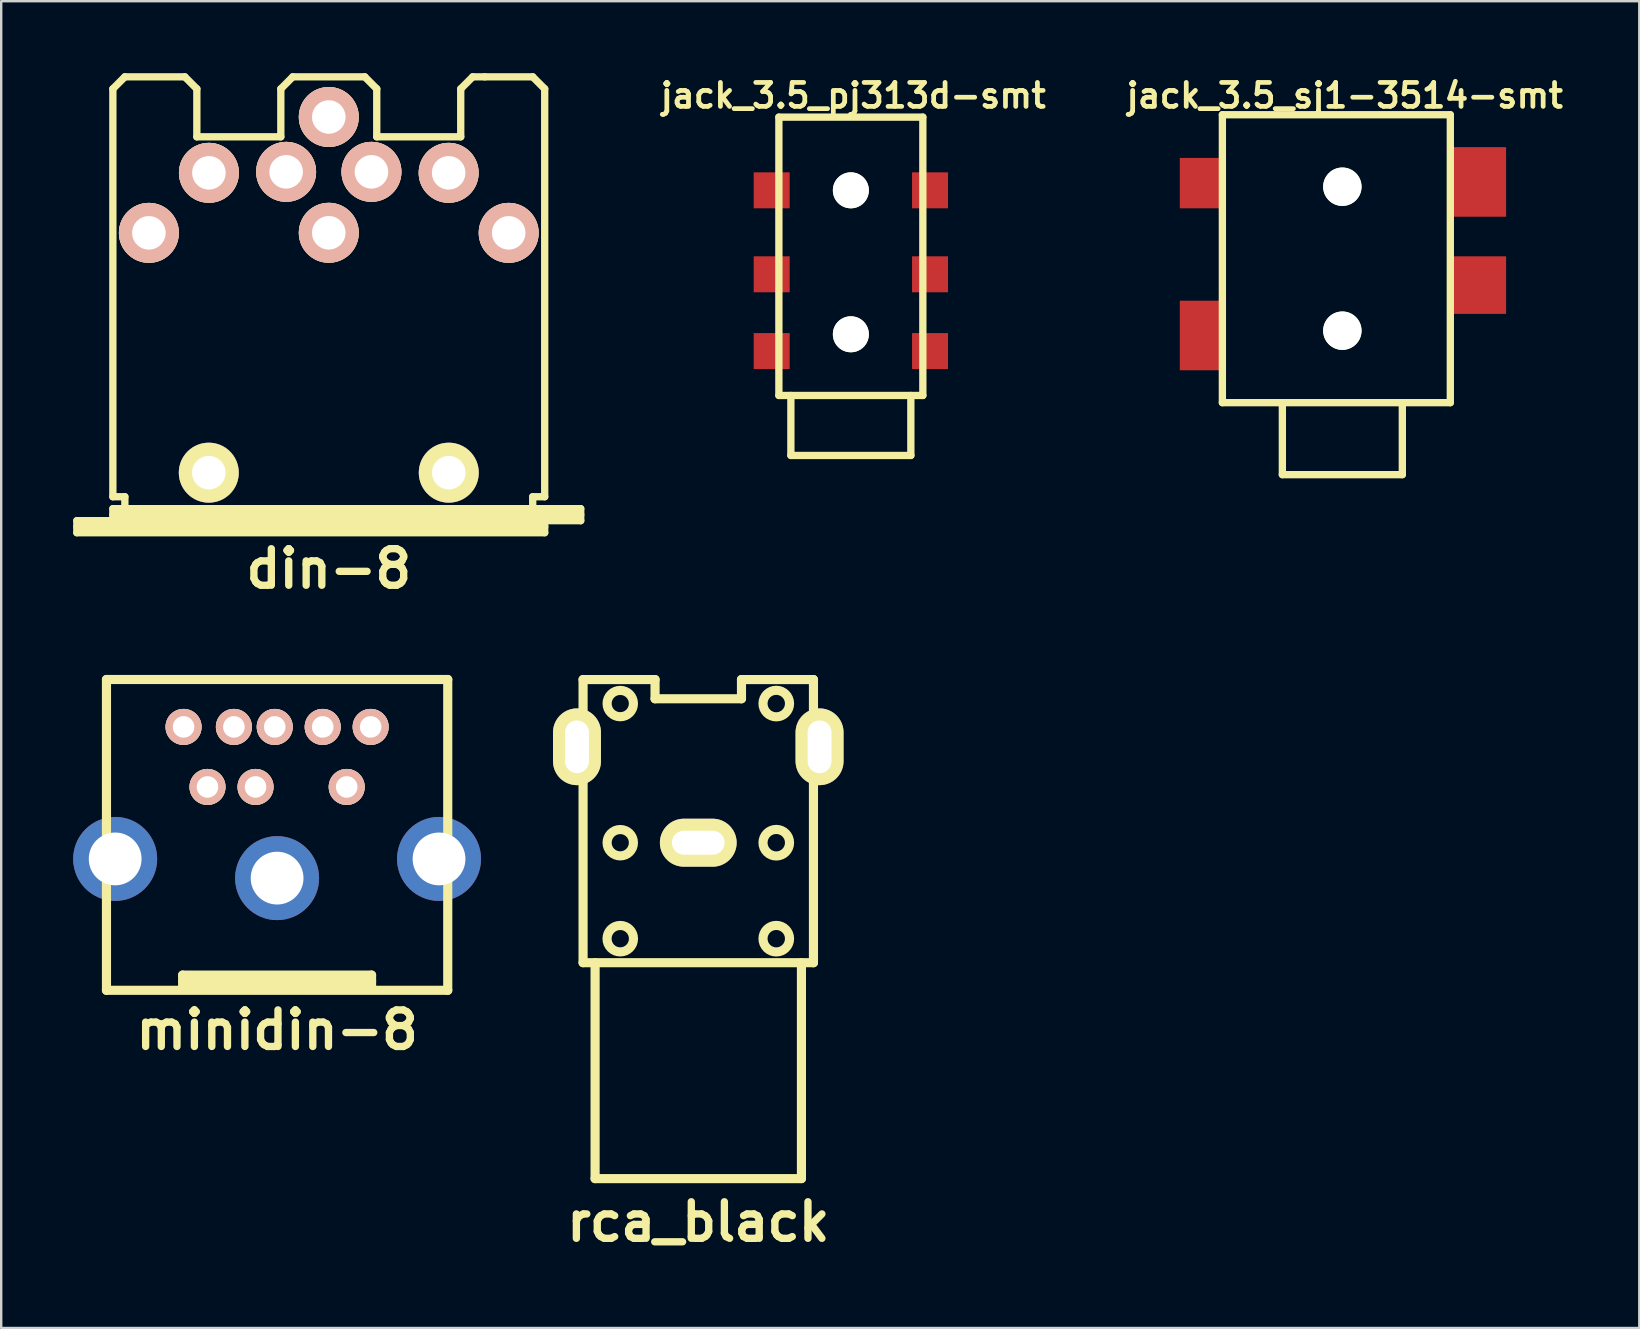
<source format=kicad_pcb>
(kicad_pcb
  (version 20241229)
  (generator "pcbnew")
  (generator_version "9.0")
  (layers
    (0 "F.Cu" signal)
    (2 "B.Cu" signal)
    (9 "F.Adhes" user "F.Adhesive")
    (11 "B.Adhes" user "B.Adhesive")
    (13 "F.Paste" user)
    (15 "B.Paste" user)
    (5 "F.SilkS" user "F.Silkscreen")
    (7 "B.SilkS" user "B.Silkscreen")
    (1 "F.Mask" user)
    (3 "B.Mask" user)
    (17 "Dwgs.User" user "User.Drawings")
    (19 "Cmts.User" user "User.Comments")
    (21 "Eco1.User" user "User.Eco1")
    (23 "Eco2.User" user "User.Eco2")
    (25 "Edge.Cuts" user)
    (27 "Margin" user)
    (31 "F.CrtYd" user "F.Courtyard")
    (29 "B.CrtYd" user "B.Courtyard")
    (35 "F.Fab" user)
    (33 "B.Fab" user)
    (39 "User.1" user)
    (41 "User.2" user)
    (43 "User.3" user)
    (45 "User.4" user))
  (footprint "rca_black"
    (layer "F.Cu")
    (at 26.052 32.072)
    (property "Reference" "rca_black" (at 0 15.799 0) (layer "F.SilkS") (effects (font (size 1.524 1.524) (thickness 0.305))))
    (attr through_hole)
    (fp_line (start -5.4 -4.9) (end -4.801 -4.9) (stroke (width 0.381) (type solid)) (layer "F.SilkS"))
    (fp_line (start -5.4 -3.099) (end -5.4 -4.9) (stroke (width 0.381) (type solid)) (layer "F.SilkS"))
    (fp_line (start -4.801 -6.8) (end -1.801 -6.8) (stroke (width 0.381) (type solid)) (layer "F.SilkS"))
    (fp_line (start -4.801 -3.099) (end -5.4 -3.099) (stroke (width 0.381) (type solid)) (layer "F.SilkS"))
    (fp_line (start -4.801 4.999) (end -4.801 -6.802) (stroke (width 0.381) (type solid)) (layer "F.SilkS"))
    (fp_line (start -4.3 5.001) (end -4.3 14) (stroke (width 0.381) (type solid)) (layer "F.SilkS"))
    (fp_line (start -4.3 14) (end 4.3 14) (stroke (width 0.381) (type solid)) (layer "F.SilkS"))
    (fp_line (start -1.801 -6.8) (end -1.801 -5.999) (stroke (width 0.381) (type solid)) (layer "F.SilkS"))
    (fp_line (start -1.801 -5.999) (end 1.801 -5.999) (stroke (width 0.381) (type solid)) (layer "F.SilkS"))
    (fp_line (start 1.801 -6.8) (end 4.801 -6.8) (stroke (width 0.381) (type solid)) (layer "F.SilkS"))
    (fp_line (start 1.801 -5.999) (end 1.801 -6.8) (stroke (width 0.381) (type solid)) (layer "F.SilkS"))
    (fp_line (start 4.3 14) (end 4.3 5.001) (stroke (width 0.381) (type solid)) (layer "F.SilkS"))
    (fp_line (start 4.801 -6.8) (end 4.801 5.001) (stroke (width 0.381) (type solid)) (layer "F.SilkS"))
    (fp_line (start 4.801 -4.9) (end 5.4 -4.9) (stroke (width 0.381) (type solid)) (layer "F.SilkS"))
    (fp_line (start 4.801 5.001) (end -4.801 5.001) (stroke (width 0.381) (type solid)) (layer "F.SilkS"))
    (fp_line (start 5.4 -4.9) (end 5.4 -3.099) (stroke (width 0.381) (type solid)) (layer "F.SilkS"))
    (fp_line (start 5.4 -3.099) (end 4.801 -3.099) (stroke (width 0.381) (type solid)) (layer "F.SilkS"))
    (fp_circle (center -3.251 -5.799) (end -3.8 -5.799) (stroke (width 0.381) (type solid)) (fill no) (layer "F.SilkS"))
    (fp_circle (center -3.251 0) (end -3.8 0) (stroke (width 0.381) (type solid)) (fill no) (layer "F.SilkS"))
    (fp_circle (center -3.251 4) (end -3.8 3.95) (stroke (width 0.381) (type solid)) (fill no) (layer "F.SilkS"))
    (fp_circle (center 3.251 -5.799) (end 2.7 -5.85) (stroke (width 0.381) (type solid)) (fill no) (layer "F.SilkS"))
    (fp_circle (center 3.251 0) (end 2.7 -0.051) (stroke (width 0.381) (type solid)) (fill no) (layer "F.SilkS"))
    (fp_circle (center 3.251 4) (end 2.7 4.049) (stroke (width 0.381) (type solid)) (fill no) (layer "F.SilkS"))
    (pad "1" thru_hole oval (at 0 0) (size 3.198 1.999) (drill oval 2.197 0.996) (layers "*.Cu" "*.Mask" "F.SilkS"))
    (pad "2" thru_hole oval (at -5.055 -3.998) (size 1.999 3.198) (drill oval 0.996 2.197) (layers "*.Cu" "*.Mask" "F.SilkS"))
    (pad "2" thru_hole oval (at 5.055 -3.998) (size 1.999 3.198) (drill oval 0.996 2.197) (layers "*.Cu" "*.Mask" "F.SilkS")))
  (footprint "din-8"
    (layer "F.Cu")
    (at 10.653 9.652)
    (property "Reference" "din-8" (at 0 11.001 0) (layer "F.SilkS") (effects (font (size 1.524 1.524) (thickness 0.305))))
    (attr through_hole)
    (fp_line (start -10.5 8.999) (end -8.999 8.999) (stroke (width 0.305) (type solid)) (layer "F.SilkS"))
    (fp_line (start -10.5 9.251) (end 8.999 9.251) (stroke (width 0.305) (type solid)) (layer "F.SilkS"))
    (fp_line (start -10.5 9.5) (end -10.5 8.999) (stroke (width 0.305) (type solid)) (layer "F.SilkS"))
    (fp_line (start -8.999 -8.999) (end -8.999 8.001) (stroke (width 0.305) (type solid)) (layer "F.SilkS"))
    (fp_line (start -8.999 -8.999) (end -8.499 -9.5) (stroke (width 0.305) (type solid)) (layer "F.SilkS"))
    (fp_line (start -8.999 8.001) (end -8.499 8.001) (stroke (width 0.305) (type solid)) (layer "F.SilkS"))
    (fp_line (start -8.999 8.499) (end 10.5 8.499) (stroke (width 0.305) (type solid)) (layer "F.SilkS"))
    (fp_line (start -8.999 8.75) (end 10.5 8.75) (stroke (width 0.305) (type solid)) (layer "F.SilkS"))
    (fp_line (start -8.999 8.999) (end -8.999 8.499) (stroke (width 0.305) (type solid)) (layer "F.SilkS"))
    (fp_line (start -8.499 -9.5) (end -5.999 -9.5) (stroke (width 0.305) (type solid)) (layer "F.SilkS"))
    (fp_line (start -8.499 8.001) (end -8.499 8.499) (stroke (width 0.305) (type solid)) (layer "F.SilkS"))
    (fp_line (start -5.999 -9.5) (end -5.499 -8.999) (stroke (width 0.305) (type solid)) (layer "F.SilkS"))
    (fp_line (start -5.499 -8.999) (end -5.499 -7) (stroke (width 0.305) (type solid)) (layer "F.SilkS"))
    (fp_line (start -5.499 -7) (end -1.999 -7) (stroke (width 0.305) (type solid)) (layer "F.SilkS"))
    (fp_line (start -1.999 -8.999) (end -1.999 -7) (stroke (width 0.305) (type solid)) (layer "F.SilkS"))
    (fp_line (start -1.501 -9.5) (end -1.999 -8.999) (stroke (width 0.305) (type solid)) (layer "F.SilkS"))
    (fp_line (start -1.501 -9.5) (end 1.501 -9.5) (stroke (width 0.305) (type solid)) (layer "F.SilkS"))
    (fp_line (start 1.501 -9.5) (end 1.999 -8.999) (stroke (width 0.305) (type solid)) (layer "F.SilkS"))
    (fp_line (start 1.999 -8.999) (end 1.999 -7) (stroke (width 0.305) (type solid)) (layer "F.SilkS"))
    (fp_line (start 5.499 -8.999) (end 5.499 -7) (stroke (width 0.305) (type solid)) (layer "F.SilkS"))
    (fp_line (start 5.499 -7) (end 1.999 -7) (stroke (width 0.305) (type solid)) (layer "F.SilkS"))
    (fp_line (start 5.999 -9.5) (end 5.499 -8.999) (stroke (width 0.305) (type solid)) (layer "F.SilkS"))
    (fp_line (start 6.5 -9.5) (end 5.999 -9.5) (stroke (width 0.305) (type solid)) (layer "F.SilkS"))
    (fp_line (start 8.499 -9.5) (end 6.5 -9.5) (stroke (width 0.305) (type solid)) (layer "F.SilkS"))
    (fp_line (start 8.499 8.499) (end 8.499 8.001) (stroke (width 0.305) (type solid)) (layer "F.SilkS"))
    (fp_line (start 8.999 -8.999) (end 8.499 -9.5) (stroke (width 0.305) (type solid)) (layer "F.SilkS"))
    (fp_line (start 8.999 -8.999) (end 8.999 8.001) (stroke (width 0.305) (type solid)) (layer "F.SilkS"))
    (fp_line (start 8.999 8.001) (end 8.499 8.001) (stroke (width 0.305) (type solid)) (layer "F.SilkS"))
    (fp_line (start 8.999 8.999) (end -8.999 8.999) (stroke (width 0.305) (type solid)) (layer "F.SilkS"))
    (fp_line (start 8.999 8.999) (end 8.999 9.5) (stroke (width 0.305) (type solid)) (layer "F.SilkS"))
    (fp_line (start 8.999 9.5) (end -10.5 9.5) (stroke (width 0.305) (type solid)) (layer "F.SilkS"))
    (fp_line (start 10.5 8.499) (end 10.5 8.999) (stroke (width 0.305) (type solid)) (layer "F.SilkS"))
    (fp_line (start 10.5 8.999) (end 8.999 8.999) (stroke (width 0.305) (type solid)) (layer "F.SilkS"))
    (pad "" np_thru_hole circle (at -5.001 6.998) (size 2.499 2.499) (drill 1.397) (layers "*.Cu" "*.Mask" "F.SilkS"))
    (pad "" np_thru_hole circle (at 5.001 6.998) (size 2.499 2.499) (drill 1.397) (layers "*.Cu" "*.Mask" "F.SilkS"))
    (pad "1" thru_hole circle (at 7.498 -2.997) (size 2.499 2.499) (drill 1.397) (layers "*.Cu" "*.SilkS" "*.Mask"))
    (pad "2" thru_hole circle (at 0 -3) (size 2.499 2.499) (drill 1.397) (layers "*.Cu" "*.SilkS" "*.Mask"))
    (pad "3" thru_hole circle (at -7.498 -2.997) (size 2.499 2.499) (drill 1.397) (layers "*.Cu" "*.SilkS" "*.Mask"))
    (pad "4" thru_hole circle (at 4.996 -5.499) (size 2.499 2.499) (drill 1.397) (layers "*.Cu" "*.SilkS" "*.Mask"))
    (pad "5" thru_hole circle (at -4.996 -5.499) (size 2.499 2.499) (drill 1.397) (layers "*.Cu" "*.SilkS" "*.Mask"))
    (pad "6" thru_hole circle (at -1.778 -5.54) (size 2.499 2.499) (drill 1.397) (layers "*.Cu" "*.SilkS" "*.Mask"))
    (pad "7" thru_hole circle (at 1.778 -5.54) (size 2.499 2.499) (drill 1.397) (layers "*.Cu" "*.SilkS" "*.Mask"))
    (pad "8" thru_hole circle (at 0 -7.826) (size 2.499 2.499) (drill 1.397) (layers "*.Cu" "*.SilkS" "*.Mask")))
  (footprint "minidin-8"
    (layer "F.Cu")
    (at 8.499 31.747)
    (property "Reference" "minidin-8" (at 0 8.128 0) (layer "F.SilkS") (effects (font (size 1.524 1.524) (thickness 0.305))))
    (attr through_hole)
    (fp_line (start -7.112 -6.477) (end -7.112 6.477) (stroke (width 0.381) (type solid)) (layer "F.SilkS"))
    (fp_line (start -7.112 6.477) (end 7.112 6.477) (stroke (width 0.381) (type solid)) (layer "F.SilkS"))
    (fp_line (start -3.937 5.842) (end -3.937 6.35) (stroke (width 0.381) (type solid)) (layer "F.SilkS"))
    (fp_line (start -3.937 5.842) (end 3.937 5.842) (stroke (width 0.381) (type solid)) (layer "F.SilkS"))
    (fp_line (start -3.937 6.096) (end 3.937 6.096) (stroke (width 0.381) (type solid)) (layer "F.SilkS"))
    (fp_line (start 3.937 5.842) (end 3.937 6.35) (stroke (width 0.381) (type solid)) (layer "F.SilkS"))
    (fp_line (start 3.937 6.35) (end -3.937 6.35) (stroke (width 0.381) (type solid)) (layer "F.SilkS"))
    (fp_line (start 7.112 -6.477) (end -7.112 -6.477) (stroke (width 0.381) (type solid)) (layer "F.SilkS"))
    (fp_line (start 7.112 6.477) (end 7.112 -6.477) (stroke (width 0.381) (type solid)) (layer "F.SilkS"))
    (pad "1" thru_hole circle (at -0.099 -4.501) (size 1.501 1.501) (drill 0.899) (layers "*.Cu" "*.SilkS" "*.Mask"))
    (pad "2" thru_hole circle (at 1.9 -4.501) (size 1.501 1.501) (drill 0.899) (layers "*.Cu" "*.SilkS" "*.Mask"))
    (pad "3" thru_hole circle (at -3.899 -4.501) (size 1.501 1.501) (drill 0.899) (layers "*.Cu" "*.SilkS" "*.Mask"))
    (pad "4" thru_hole circle (at -1.801 -4.501) (size 1.501 1.501) (drill 0.899) (layers "*.Cu" "*.SilkS" "*.Mask"))
    (pad "5" thru_hole circle (at 3.899 -4.501) (size 1.501 1.501) (drill 0.899) (layers "*.Cu" "*.SilkS" "*.Mask"))
    (pad "6" thru_hole circle (at -2.901 -1.999) (size 1.501 1.501) (drill 0.899) (layers "*.Cu" "*.SilkS" "*.Mask"))
    (pad "7" thru_hole circle (at -0.899 -1.999) (size 1.501 1.501) (drill 0.899) (layers "*.Cu" "*.SilkS" "*.Mask"))
    (pad "8" thru_hole circle (at 2.901 -1.999) (size 1.501 1.501) (drill 0.899) (layers "*.Cu" "*.SilkS" "*.Mask"))
    (pad "9" thru_hole circle (at -6.749 1.001) (size 3.5 3.5) (drill 2.2) (layers "*.Cu"))
    (pad "10" thru_hole circle (at 0 1.801) (size 3.5 3.5) (drill 2.2) (layers "*.Cu"))
    (pad "11" thru_hole circle (at 6.749 1.001) (size 3.5 3.5) (drill 2.2) (layers "*.Cu")))
  (footprint "jack_3.5_sj1-3514-smt"
    (layer "F.Cu")
    (at 52.896 7.632)
    (property "Reference" "jack_3.5_sj1-3514-smt" (at 0.1 -6.7 0) (layer "F.SilkS") (effects (font (size 0.998 0.998) (thickness 0.198))))
    (attr through_hole)
    (fp_line (start -5 -5.9) (end 4.5 -5.9) (stroke (width 0.305) (type solid)) (layer "F.SilkS"))
    (fp_line (start -5 6.1) (end -5 -5.9) (stroke (width 0.305) (type solid)) (layer "F.SilkS"))
    (fp_line (start -2.5 6.1) (end -2.5 9.1) (stroke (width 0.305) (type solid)) (layer "F.SilkS"))
    (fp_line (start -2.5 9.1) (end 2.5 9.1) (stroke (width 0.305) (type solid)) (layer "F.SilkS"))
    (fp_line (start 2.5 9.1) (end 2.5 6.1) (stroke (width 0.305) (type solid)) (layer "F.SilkS"))
    (fp_line (start 4.5 -5.9) (end 4.5 6.1) (stroke (width 0.305) (type solid)) (layer "F.SilkS"))
    (fp_line (start 4.5 6.1) (end -5 6.1) (stroke (width 0.305) (type solid)) (layer "F.SilkS"))
    (pad "" np_thru_hole circle (at 0 -2.9) (size 1.6 1.6) (drill 1.6) (layers "*.Cu" "*.Mask" "F.SilkS"))
    (pad "" np_thru_hole circle (at 0 3.1) (size 1.6 1.6) (drill 1.6) (layers "*.Cu" "*.Mask" "F.SilkS"))
    (pad "1" smd rect (at -5.9 3.3) (size 1.75 2.9) (layers "F.Cu" "F.Mask" "F.Paste"))
    (pad "2" smd rect (at 5.7 1.2) (size 2.25 2.4) (layers "F.Cu" "F.Mask" "F.Paste"))
    (pad "3" smd rect (at 5.7 -3.1) (size 2.25 2.9) (layers "F.Cu" "F.Mask" "F.Paste"))
    (pad "4" smd rect (at -5.9 -3.05) (size 1.75 2.1) (layers "F.Cu" "F.Mask" "F.Paste")))
  (footprint "jack_3.5_pj313d-smt"
    (layer "F.Cu")
    (at 32.412 7.632)
    (property "Reference" "jack_3.5_pj313d-smt" (at 0.1 -6.7 0) (layer "F.SilkS") (effects (font (size 0.998 0.998) (thickness 0.198))))
    (attr through_hole)
    (fp_line (start -3 -5.8) (end -3 5.8) (stroke (width 0.305) (type solid)) (layer "F.SilkS"))
    (fp_line (start -3 -5.8) (end 3 -5.8) (stroke (width 0.305) (type solid)) (layer "F.SilkS"))
    (fp_line (start -3 5.8) (end 3 5.8) (stroke (width 0.305) (type solid)) (layer "F.SilkS"))
    (fp_line (start -2.5 5.8) (end -2.5 8.3) (stroke (width 0.305) (type solid)) (layer "F.SilkS"))
    (fp_line (start -2.5 8.3) (end 2.5 8.3) (stroke (width 0.305) (type solid)) (layer "F.SilkS"))
    (fp_line (start 2.5 5.8) (end 2.5 8.3) (stroke (width 0.305) (type solid)) (layer "F.SilkS"))
    (fp_line (start 3 -5.8) (end 3 5.8) (stroke (width 0.305) (type solid)) (layer "F.SilkS"))
    (pad "" np_thru_hole circle (at 0 -2.75) (size 1.5 1.5) (drill 1.5) (layers "*.Cu" "*.Mask" "F.SilkS"))
    (pad "" np_thru_hole circle (at 0 3.25) (size 1.5 1.5) (drill 1.5) (layers "*.Cu" "*.Mask" "F.SilkS"))
    (pad "1" smd rect (at -3.3 3.95) (size 1.5 1.5) (layers "F.Cu" "F.Mask" "F.Paste"))
    (pad "1" smd rect (at 3.3 3.95) (size 1.5 1.5) (layers "F.Cu" "F.Mask" "F.Paste"))
    (pad "2" smd rect (at -3.3 -2.75) (size 1.5 1.5) (layers "F.Cu" "F.Mask" "F.Paste"))
    (pad "2" smd rect (at 3.3 -2.75) (size 1.5 1.5) (layers "F.Cu" "F.Mask" "F.Paste"))
    (pad "3" smd rect (at -3.3 0.75) (size 1.5 1.5) (layers "F.Cu" "F.Mask" "F.Paste"))
    (pad "3" smd rect (at 3.3 0.75) (size 1.5 1.5) (layers "F.Cu" "F.Mask" "F.Paste")))
  (gr_rect
    (start -3 -3)
    (end 65.272 52.297)
    (stroke (width 0.1) (type default))
    (fill no)
    (layer "Edge.Cuts")))
</source>
